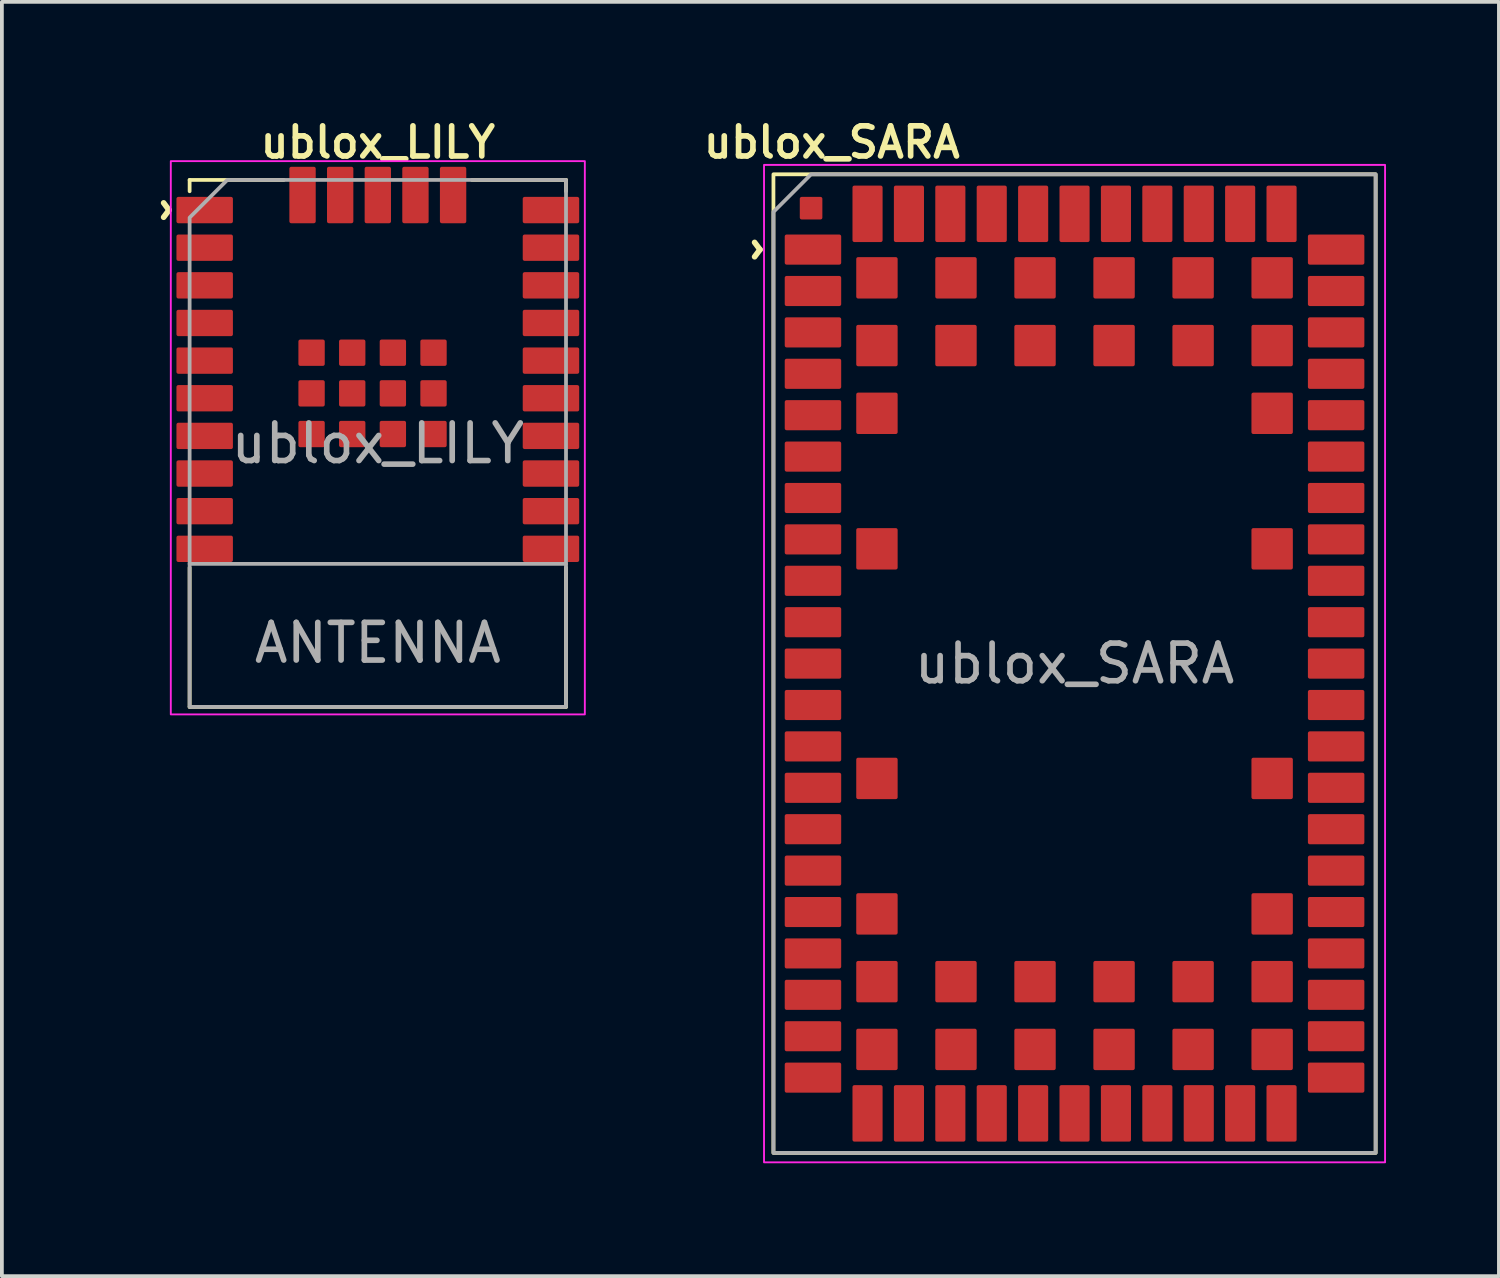
<source format=kicad_pcb>
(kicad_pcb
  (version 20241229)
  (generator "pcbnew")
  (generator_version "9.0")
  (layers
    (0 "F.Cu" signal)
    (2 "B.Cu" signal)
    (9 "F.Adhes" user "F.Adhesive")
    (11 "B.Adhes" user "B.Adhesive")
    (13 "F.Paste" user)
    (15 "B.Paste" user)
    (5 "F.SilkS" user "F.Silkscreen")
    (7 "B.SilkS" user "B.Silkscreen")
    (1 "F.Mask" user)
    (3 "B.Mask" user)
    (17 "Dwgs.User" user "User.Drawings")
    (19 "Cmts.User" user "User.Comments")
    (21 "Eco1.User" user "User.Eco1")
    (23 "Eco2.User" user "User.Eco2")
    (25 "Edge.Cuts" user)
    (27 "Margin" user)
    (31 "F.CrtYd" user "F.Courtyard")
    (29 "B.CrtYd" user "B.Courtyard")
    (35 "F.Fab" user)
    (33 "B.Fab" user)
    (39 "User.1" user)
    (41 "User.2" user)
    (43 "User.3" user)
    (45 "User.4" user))
  (footprint "ublox_SARA"
    (layer "F.Cu")
    (at 25.499 14.581)
    (property "Reference" "ublox_SARA" (at -6.45 -13.85 0) (layer "F.SilkS") (effects (font (size 0.8 0.8) (thickness 0.15))))
    (attr smd)
    (fp_rect (start -8 -13) (end 8 13) (stroke (width 0.1) (type solid)) (fill no) (layer "F.SilkS"))
    (fp_rect (start -8.25 -13.25) (end 8.25 13.25) (stroke (width 0.05) (type solid)) (fill no) (layer "F.CrtYd"))
    (fp_poly (pts (xy -7 -13) (xy -8 -12) (xy -8 13) (xy 8 13) (xy 8 -13)) (stroke (width 0.1) (type solid)) (fill no) (layer "F.Fab"))
    (fp_text user "^" (at -8.95 -11 270) (unlocked yes) (layer "F.SilkS") (effects (font (size 1 1) (thickness 0.15))))
    (fp_text user "${REFERENCE}" (at 0 0 0) (layer "F.Fab") (effects (font (size 1 1) (thickness 0.15))))
    (pad "" smd roundrect (at -7 -12.1 270) (size 0.6 0.6) (layers "F.Cu" "F.Mask" "F.Paste") (roundrect_rratio 0.083))
    (pad "1" smd roundrect (at -6.95 -11) (size 1.5 0.8) (layers "F.Cu" "F.Mask" "F.Paste") (roundrect_rratio 0.062))
    (pad "2" smd roundrect (at -6.95 -9.9) (size 1.5 0.8) (layers "F.Cu" "F.Mask" "F.Paste") (roundrect_rratio 0.062))
    (pad "3" smd roundrect (at -6.95 -8.8) (size 1.5 0.8) (layers "F.Cu" "F.Mask" "F.Paste") (roundrect_rratio 0.062))
    (pad "4" smd roundrect (at -6.95 -7.7) (size 1.5 0.8) (layers "F.Cu" "F.Mask" "F.Paste") (roundrect_rratio 0.062))
    (pad "5" smd roundrect (at -6.95 -6.6) (size 1.5 0.8) (layers "F.Cu" "F.Mask" "F.Paste") (roundrect_rratio 0.062))
    (pad "6" smd roundrect (at -6.95 -5.5) (size 1.5 0.8) (layers "F.Cu" "F.Mask" "F.Paste") (roundrect_rratio 0.062))
    (pad "7" smd roundrect (at -6.95 -4.4) (size 1.5 0.8) (layers "F.Cu" "F.Mask" "F.Paste") (roundrect_rratio 0.062))
    (pad "8" smd roundrect (at -6.95 -3.3) (size 1.5 0.8) (layers "F.Cu" "F.Mask" "F.Paste") (roundrect_rratio 0.062))
    (pad "9" smd roundrect (at -6.95 -2.2) (size 1.5 0.8) (layers "F.Cu" "F.Mask" "F.Paste") (roundrect_rratio 0.062))
    (pad "10" smd roundrect (at -6.95 -1.1) (size 1.5 0.8) (layers "F.Cu" "F.Mask" "F.Paste") (roundrect_rratio 0.062))
    (pad "11" smd roundrect (at -6.95 0) (size 1.5 0.8) (layers "F.Cu" "F.Mask" "F.Paste") (roundrect_rratio 0.062))
    (pad "12" smd roundrect (at -6.95 1.1) (size 1.5 0.8) (layers "F.Cu" "F.Mask" "F.Paste") (roundrect_rratio 0.062))
    (pad "13" smd roundrect (at -6.95 2.2) (size 1.5 0.8) (layers "F.Cu" "F.Mask" "F.Paste") (roundrect_rratio 0.062))
    (pad "14" smd roundrect (at -6.95 3.3) (size 1.5 0.8) (layers "F.Cu" "F.Mask" "F.Paste") (roundrect_rratio 0.062))
    (pad "15" smd roundrect (at -6.95 4.4) (size 1.5 0.8) (layers "F.Cu" "F.Mask" "F.Paste") (roundrect_rratio 0.062))
    (pad "16" smd roundrect (at -6.95 5.5) (size 1.5 0.8) (layers "F.Cu" "F.Mask" "F.Paste") (roundrect_rratio 0.062))
    (pad "17" smd roundrect (at -6.95 6.6) (size 1.5 0.8) (layers "F.Cu" "F.Mask" "F.Paste") (roundrect_rratio 0.062))
    (pad "18" smd roundrect (at -6.95 7.7) (size 1.5 0.8) (layers "F.Cu" "F.Mask" "F.Paste") (roundrect_rratio 0.062))
    (pad "19" smd roundrect (at -6.95 8.8) (size 1.5 0.8) (layers "F.Cu" "F.Mask" "F.Paste") (roundrect_rratio 0.062))
    (pad "20" smd roundrect (at -6.95 9.9) (size 1.5 0.8) (layers "F.Cu" "F.Mask" "F.Paste") (roundrect_rratio 0.062))
    (pad "21" smd roundrect (at -6.95 11) (size 1.5 0.8) (layers "F.Cu" "F.Mask" "F.Paste") (roundrect_rratio 0.062))
    (pad "22" smd roundrect (at -5.5 11.95 270) (size 1.5 0.8) (layers "F.Cu" "F.Mask" "F.Paste") (roundrect_rratio 0.062))
    (pad "23" smd roundrect (at -4.4 11.95 270) (size 1.5 0.8) (layers "F.Cu" "F.Mask" "F.Paste") (roundrect_rratio 0.062))
    (pad "24" smd roundrect (at -3.3 11.95 270) (size 1.5 0.8) (layers "F.Cu" "F.Mask" "F.Paste") (roundrect_rratio 0.062))
    (pad "25" smd roundrect (at -2.2 11.95 270) (size 1.5 0.8) (layers "F.Cu" "F.Mask" "F.Paste") (roundrect_rratio 0.062))
    (pad "26" smd roundrect (at -1.1 11.95 270) (size 1.5 0.8) (layers "F.Cu" "F.Mask" "F.Paste") (roundrect_rratio 0.062))
    (pad "27" smd roundrect (at 0 11.95 270) (size 1.5 0.8) (layers "F.Cu" "F.Mask" "F.Paste") (roundrect_rratio 0.062))
    (pad "28" smd roundrect (at 1.1 11.95 270) (size 1.5 0.8) (layers "F.Cu" "F.Mask" "F.Paste") (roundrect_rratio 0.062))
    (pad "29" smd roundrect (at 2.2 11.95 270) (size 1.5 0.8) (layers "F.Cu" "F.Mask" "F.Paste") (roundrect_rratio 0.062))
    (pad "30" smd roundrect (at 3.3 11.95 270) (size 1.5 0.8) (layers "F.Cu" "F.Mask" "F.Paste") (roundrect_rratio 0.062))
    (pad "31" smd roundrect (at 4.4 11.95 270) (size 1.5 0.8) (layers "F.Cu" "F.Mask" "F.Paste") (roundrect_rratio 0.062))
    (pad "32" smd roundrect (at 5.5 11.95 270) (size 1.5 0.8) (layers "F.Cu" "F.Mask" "F.Paste") (roundrect_rratio 0.062))
    (pad "33" smd roundrect (at 6.95 11) (size 1.5 0.8) (layers "F.Cu" "F.Mask" "F.Paste") (roundrect_rratio 0.062))
    (pad "34" smd roundrect (at 6.95 9.9) (size 1.5 0.8) (layers "F.Cu" "F.Mask" "F.Paste") (roundrect_rratio 0.062))
    (pad "35" smd roundrect (at 6.95 8.8) (size 1.5 0.8) (layers "F.Cu" "F.Mask" "F.Paste") (roundrect_rratio 0.062))
    (pad "36" smd roundrect (at 6.95 7.7) (size 1.5 0.8) (layers "F.Cu" "F.Mask" "F.Paste") (roundrect_rratio 0.062))
    (pad "37" smd roundrect (at 6.95 6.6) (size 1.5 0.8) (layers "F.Cu" "F.Mask" "F.Paste") (roundrect_rratio 0.062))
    (pad "38" smd roundrect (at 6.95 5.5) (size 1.5 0.8) (layers "F.Cu" "F.Mask" "F.Paste") (roundrect_rratio 0.062))
    (pad "39" smd roundrect (at 6.95 4.4) (size 1.5 0.8) (layers "F.Cu" "F.Mask" "F.Paste") (roundrect_rratio 0.062))
    (pad "40" smd roundrect (at 6.95 3.3) (size 1.5 0.8) (layers "F.Cu" "F.Mask" "F.Paste") (roundrect_rratio 0.062))
    (pad "41" smd roundrect (at 6.95 2.2) (size 1.5 0.8) (layers "F.Cu" "F.Mask" "F.Paste") (roundrect_rratio 0.062))
    (pad "42" smd roundrect (at 6.95 1.1) (size 1.5 0.8) (layers "F.Cu" "F.Mask" "F.Paste") (roundrect_rratio 0.062))
    (pad "43" smd roundrect (at 6.95 0) (size 1.5 0.8) (layers "F.Cu" "F.Mask" "F.Paste") (roundrect_rratio 0.062))
    (pad "44" smd roundrect (at 6.95 -1.1) (size 1.5 0.8) (layers "F.Cu" "F.Mask" "F.Paste") (roundrect_rratio 0.062))
    (pad "45" smd roundrect (at 6.95 -2.2) (size 1.5 0.8) (layers "F.Cu" "F.Mask" "F.Paste") (roundrect_rratio 0.062))
    (pad "46" smd roundrect (at 6.95 -3.3) (size 1.5 0.8) (layers "F.Cu" "F.Mask" "F.Paste") (roundrect_rratio 0.062))
    (pad "47" smd roundrect (at 6.95 -4.4) (size 1.5 0.8) (layers "F.Cu" "F.Mask" "F.Paste") (roundrect_rratio 0.062))
    (pad "48" smd roundrect (at 6.95 -5.5) (size 1.5 0.8) (layers "F.Cu" "F.Mask" "F.Paste") (roundrect_rratio 0.062))
    (pad "49" smd roundrect (at 6.95 -6.6) (size 1.5 0.8) (layers "F.Cu" "F.Mask" "F.Paste") (roundrect_rratio 0.062))
    (pad "50" smd roundrect (at 6.95 -7.7) (size 1.5 0.8) (layers "F.Cu" "F.Mask" "F.Paste") (roundrect_rratio 0.062))
    (pad "51" smd roundrect (at 6.95 -8.8) (size 1.5 0.8) (layers "F.Cu" "F.Mask" "F.Paste") (roundrect_rratio 0.062))
    (pad "52" smd roundrect (at 6.95 -9.9) (size 1.5 0.8) (layers "F.Cu" "F.Mask" "F.Paste") (roundrect_rratio 0.062))
    (pad "53" smd roundrect (at 6.95 -11) (size 1.5 0.8) (layers "F.Cu" "F.Mask" "F.Paste") (roundrect_rratio 0.062))
    (pad "54" smd roundrect (at 5.5 -11.95 270) (size 1.5 0.8) (layers "F.Cu" "F.Mask" "F.Paste") (roundrect_rratio 0.062))
    (pad "55" smd roundrect (at 4.4 -11.95 270) (size 1.5 0.8) (layers "F.Cu" "F.Mask" "F.Paste") (roundrect_rratio 0.062))
    (pad "56" smd roundrect (at 3.3 -11.95 270) (size 1.5 0.8) (layers "F.Cu" "F.Mask" "F.Paste") (roundrect_rratio 0.062))
    (pad "57" smd roundrect (at 2.2 -11.95 270) (size 1.5 0.8) (layers "F.Cu" "F.Mask" "F.Paste") (roundrect_rratio 0.062))
    (pad "58" smd roundrect (at 1.1 -11.95 270) (size 1.5 0.8) (layers "F.Cu" "F.Mask" "F.Paste") (roundrect_rratio 0.062))
    (pad "59" smd roundrect (at 0 -11.95 270) (size 1.5 0.8) (layers "F.Cu" "F.Mask" "F.Paste") (roundrect_rratio 0.062))
    (pad "60" smd roundrect (at -1.1 -11.95 270) (size 1.5 0.8) (layers "F.Cu" "F.Mask" "F.Paste") (roundrect_rratio 0.062))
    (pad "61" smd roundrect (at -2.2 -11.95 270) (size 1.5 0.8) (layers "F.Cu" "F.Mask" "F.Paste") (roundrect_rratio 0.062))
    (pad "62" smd roundrect (at -3.3 -11.95 270) (size 1.5 0.8) (layers "F.Cu" "F.Mask" "F.Paste") (roundrect_rratio 0.062))
    (pad "63" smd roundrect (at -4.4 -11.95 270) (size 1.5 0.8) (layers "F.Cu" "F.Mask" "F.Paste") (roundrect_rratio 0.062))
    (pad "64" smd roundrect (at -5.5 -11.95 270) (size 1.5 0.8) (layers "F.Cu" "F.Mask" "F.Paste") (roundrect_rratio 0.062))
    (pad "65" smd roundrect (at -5.25 -10.25 270) (size 1.1 1.1) (layers "F.Cu" "F.Mask" "F.Paste") (roundrect_rratio 0.045))
    (pad "66" smd roundrect (at -3.15 -10.25 270) (size 1.1 1.1) (layers "F.Cu" "F.Mask" "F.Paste") (roundrect_rratio 0.045))
    (pad "67" smd roundrect (at -1.05 -10.25 270) (size 1.1 1.1) (layers "F.Cu" "F.Mask" "F.Paste") (roundrect_rratio 0.045))
    (pad "68" smd roundrect (at 1.05 -10.25 270) (size 1.1 1.1) (layers "F.Cu" "F.Mask" "F.Paste") (roundrect_rratio 0.045))
    (pad "69" smd roundrect (at 3.15 -10.25 270) (size 1.1 1.1) (layers "F.Cu" "F.Mask" "F.Paste") (roundrect_rratio 0.045))
    (pad "70" smd roundrect (at 5.25 -10.25 270) (size 1.1 1.1) (layers "F.Cu" "F.Mask" "F.Paste") (roundrect_rratio 0.045))
    (pad "71" smd roundrect (at -5.25 -8.45 270) (size 1.1 1.1) (layers "F.Cu" "F.Mask" "F.Paste") (roundrect_rratio 0.045))
    (pad "72" smd roundrect (at -3.15 -8.45 270) (size 1.1 1.1) (layers "F.Cu" "F.Mask" "F.Paste") (roundrect_rratio 0.045))
    (pad "73" smd roundrect (at -1.05 -8.45 270) (size 1.1 1.1) (layers "F.Cu" "F.Mask" "F.Paste") (roundrect_rratio 0.045))
    (pad "74" smd roundrect (at 1.05 -8.45 270) (size 1.1 1.1) (layers "F.Cu" "F.Mask" "F.Paste") (roundrect_rratio 0.045))
    (pad "75" smd roundrect (at 3.15 -8.45 270) (size 1.1 1.1) (layers "F.Cu" "F.Mask" "F.Paste") (roundrect_rratio 0.045))
    (pad "76" smd roundrect (at 5.25 -8.45 270) (size 1.1 1.1) (layers "F.Cu" "F.Mask" "F.Paste") (roundrect_rratio 0.045))
    (pad "77" smd roundrect (at -5.25 -6.65 270) (size 1.1 1.1) (layers "F.Cu" "F.Mask" "F.Paste") (roundrect_rratio 0.045))
    (pad "78" smd roundrect (at 5.25 -6.65 270) (size 1.1 1.1) (layers "F.Cu" "F.Mask" "F.Paste") (roundrect_rratio 0.045))
    (pad "79" smd roundrect (at -5.25 -3.05 270) (size 1.1 1.1) (layers "F.Cu" "F.Mask" "F.Paste") (roundrect_rratio 0.045))
    (pad "80" smd roundrect (at 5.25 -3.05 270) (size 1.1 1.1) (layers "F.Cu" "F.Mask" "F.Paste") (roundrect_rratio 0.045))
    (pad "81" smd roundrect (at -5.25 3.05 270) (size 1.1 1.1) (layers "F.Cu" "F.Mask" "F.Paste") (roundrect_rratio 0.045))
    (pad "82" smd roundrect (at 5.25 3.05 270) (size 1.1 1.1) (layers "F.Cu" "F.Mask" "F.Paste") (roundrect_rratio 0.045))
    (pad "83" smd roundrect (at -5.25 6.65 270) (size 1.1 1.1) (layers "F.Cu" "F.Mask" "F.Paste") (roundrect_rratio 0.045))
    (pad "84" smd roundrect (at 5.25 6.65 270) (size 1.1 1.1) (layers "F.Cu" "F.Mask" "F.Paste") (roundrect_rratio 0.045))
    (pad "85" smd roundrect (at -5.25 8.45 270) (size 1.1 1.1) (layers "F.Cu" "F.Mask" "F.Paste") (roundrect_rratio 0.045))
    (pad "86" smd roundrect (at -3.15 8.45 270) (size 1.1 1.1) (layers "F.Cu" "F.Mask" "F.Paste") (roundrect_rratio 0.045))
    (pad "87" smd roundrect (at -1.05 8.45 270) (size 1.1 1.1) (layers "F.Cu" "F.Mask" "F.Paste") (roundrect_rratio 0.045))
    (pad "88" smd roundrect (at 1.05 8.45 270) (size 1.1 1.1) (layers "F.Cu" "F.Mask" "F.Paste") (roundrect_rratio 0.045))
    (pad "89" smd roundrect (at 3.15 8.45 270) (size 1.1 1.1) (layers "F.Cu" "F.Mask" "F.Paste") (roundrect_rratio 0.045))
    (pad "90" smd roundrect (at 5.25 8.45 270) (size 1.1 1.1) (layers "F.Cu" "F.Mask" "F.Paste") (roundrect_rratio 0.045))
    (pad "91" smd roundrect (at -5.25 10.25 270) (size 1.1 1.1) (layers "F.Cu" "F.Mask" "F.Paste") (roundrect_rratio 0.045))
    (pad "92" smd roundrect (at -3.15 10.25 270) (size 1.1 1.1) (layers "F.Cu" "F.Mask" "F.Paste") (roundrect_rratio 0.045))
    (pad "93" smd roundrect (at -1.05 10.25 270) (size 1.1 1.1) (layers "F.Cu" "F.Mask" "F.Paste") (roundrect_rratio 0.045))
    (pad "94" smd roundrect (at 1.05 10.25 270) (size 1.1 1.1) (layers "F.Cu" "F.Mask" "F.Paste") (roundrect_rratio 0.045))
    (pad "95" smd roundrect (at 3.15 10.25 270) (size 1.1 1.1) (layers "F.Cu" "F.Mask" "F.Paste") (roundrect_rratio 0.045))
    (pad "96" smd roundrect (at 5.25 10.25 270) (size 1.1 1.1) (layers "F.Cu" "F.Mask" "F.Paste") (roundrect_rratio 0.045)))
  (footprint "ublox_LILY"
    (layer "F.Cu")
    (at 6.988 8.731)
    (property "Reference" "ublox_LILY" (at 0 -8 0) (layer "F.SilkS") (effects (font (size 0.8 0.8) (thickness 0.15))))
    (attr smd)
    (fp_line (start -5 -7) (end -5 -6.7) (stroke (width 0.1) (type solid)) (layer "F.SilkS"))
    (fp_line (start -5 -7) (end -2.5 -7) (stroke (width 0.1) (type solid)) (layer "F.SilkS"))
    (fp_line (start -5 7) (end -5 3.3) (stroke (width 0.1) (type solid)) (layer "F.SilkS"))
    (fp_line (start -5 7) (end 5 7) (stroke (width 0.1) (type solid)) (layer "F.SilkS"))
    (fp_line (start 5 -7) (end 2.5 -7) (stroke (width 0.1) (type solid)) (layer "F.SilkS"))
    (fp_line (start 5 -7) (end 5 -6.7) (stroke (width 0.1) (type solid)) (layer "F.SilkS"))
    (fp_line (start 5 7) (end 5 3.3) (stroke (width 0.1) (type solid)) (layer "F.SilkS"))
    (fp_rect (start -5.5 -7.5) (end 5.5 7.2) (stroke (width 0.05) (type solid)) (fill no) (layer "F.CrtYd"))
    (fp_line (start 5 3.2) (end -5 3.2) (stroke (width 0.1) (type solid)) (layer "F.Fab"))
    (fp_poly (pts (xy -4 -7) (xy -5 -6) (xy -5 7) (xy 5 7) (xy 5 -7)) (stroke (width 0.1) (type solid)) (fill no) (layer "F.Fab"))
    (fp_text user "^" (at -6.14 -6.2 270) (unlocked yes) (layer "F.SilkS") (effects (font (size 1 1) (thickness 0.15))))
    (fp_text user "ANTENNA" (at 0 5.3 0) (unlocked yes) (layer "F.Fab") (effects (font (size 1 1) (thickness 0.15))))
    (fp_text user "${REFERENCE}" (at 0 0 0) (layer "F.Fab") (effects (font (size 1 1) (thickness 0.15))))
    (pad "1" smd roundrect (at -4.6 -6.2) (size 1.5 0.7) (layers "F.Cu" "F.Mask" "F.Paste") (roundrect_rratio 0.071))
    (pad "2" smd roundrect (at -4.6 -5.2) (size 1.5 0.7) (layers "F.Cu" "F.Mask" "F.Paste") (roundrect_rratio 0.071))
    (pad "3" smd roundrect (at -4.6 -4.2) (size 1.5 0.7) (layers "F.Cu" "F.Mask" "F.Paste") (roundrect_rratio 0.071))
    (pad "4" smd roundrect (at -4.6 -3.2) (size 1.5 0.7) (layers "F.Cu" "F.Mask" "F.Paste") (roundrect_rratio 0.071))
    (pad "5" smd roundrect (at -4.6 -2.2) (size 1.5 0.7) (layers "F.Cu" "F.Mask" "F.Paste") (roundrect_rratio 0.071))
    (pad "6" smd roundrect (at -4.6 -1.2) (size 1.5 0.7) (layers "F.Cu" "F.Mask" "F.Paste") (roundrect_rratio 0.071))
    (pad "7" smd roundrect (at -4.6 -0.2) (size 1.5 0.7) (layers "F.Cu" "F.Mask" "F.Paste") (roundrect_rratio 0.071))
    (pad "8" smd roundrect (at -4.6 0.8) (size 1.5 0.7) (layers "F.Cu" "F.Mask" "F.Paste") (roundrect_rratio 0.071))
    (pad "9" smd roundrect (at -4.6 1.8) (size 1.5 0.7) (layers "F.Cu" "F.Mask" "F.Paste") (roundrect_rratio 0.071))
    (pad "10" smd roundrect (at -4.6 2.8) (size 1.5 0.7) (layers "F.Cu" "F.Mask" "F.Paste") (roundrect_rratio 0.071))
    (pad "11" smd roundrect (at 4.6 2.8) (size 1.5 0.7) (layers "F.Cu" "F.Mask" "F.Paste") (roundrect_rratio 0.071))
    (pad "12" smd roundrect (at 4.6 1.8) (size 1.5 0.7) (layers "F.Cu" "F.Mask" "F.Paste") (roundrect_rratio 0.071))
    (pad "13" smd roundrect (at 4.6 0.8) (size 1.5 0.7) (layers "F.Cu" "F.Mask" "F.Paste") (roundrect_rratio 0.071))
    (pad "14" smd roundrect (at 4.6 -0.2) (size 1.5 0.7) (layers "F.Cu" "F.Mask" "F.Paste") (roundrect_rratio 0.071))
    (pad "15" smd roundrect (at 4.6 -1.2) (size 1.5 0.7) (layers "F.Cu" "F.Mask" "F.Paste") (roundrect_rratio 0.071))
    (pad "16" smd roundrect (at 4.6 -2.2) (size 1.5 0.7) (layers "F.Cu" "F.Mask" "F.Paste") (roundrect_rratio 0.071))
    (pad "17" smd roundrect (at 4.6 -3.2) (size 1.5 0.7) (layers "F.Cu" "F.Mask" "F.Paste") (roundrect_rratio 0.071))
    (pad "18" smd roundrect (at 4.6 -4.2) (size 1.5 0.7) (layers "F.Cu" "F.Mask" "F.Paste") (roundrect_rratio 0.071))
    (pad "19" smd roundrect (at 4.6 -5.2) (size 1.5 0.7) (layers "F.Cu" "F.Mask" "F.Paste") (roundrect_rratio 0.071))
    (pad "20" smd roundrect (at 4.6 -6.2) (size 1.5 0.7) (layers "F.Cu" "F.Mask" "F.Paste") (roundrect_rratio 0.071))
    (pad "21" smd roundrect (at 2 -6.6 90) (size 1.5 0.7) (layers "F.Cu" "F.Mask" "F.Paste") (roundrect_rratio 0.071))
    (pad "22" smd roundrect (at 1 -6.6 90) (size 1.5 0.7) (layers "F.Cu" "F.Mask" "F.Paste") (roundrect_rratio 0.071))
    (pad "23" smd roundrect (at 0 -6.6 90) (size 1.5 0.7) (layers "F.Cu" "F.Mask" "F.Paste") (roundrect_rratio 0.071))
    (pad "24" smd roundrect (at -1 -6.6 90) (size 1.5 0.7) (layers "F.Cu" "F.Mask" "F.Paste") (roundrect_rratio 0.071))
    (pad "25" smd roundrect (at -2 -6.6 90) (size 1.5 0.7) (layers "F.Cu" "F.Mask" "F.Paste") (roundrect_rratio 0.071))
    (pad "26" smd roundrect (at -1.76 -2.41 90) (size 0.7 0.7) (layers "F.Cu" "F.Mask" "F.Paste") (roundrect_rratio 0.071))
    (pad "27" smd roundrect (at -1.76 -1.33 90) (size 0.7 0.7) (layers "F.Cu" "F.Mask" "F.Paste") (roundrect_rratio 0.071))
    (pad "28" smd roundrect (at -1.76 -0.25 90) (size 0.7 0.7) (layers "F.Cu" "F.Mask" "F.Paste") (roundrect_rratio 0.071))
    (pad "29" smd roundrect (at -0.68 -2.41 90) (size 0.7 0.7) (layers "F.Cu" "F.Mask" "F.Paste") (roundrect_rratio 0.071))
    (pad "30" smd roundrect (at -0.68 -1.33 90) (size 0.7 0.7) (layers "F.Cu" "F.Mask" "F.Paste") (roundrect_rratio 0.071))
    (pad "31" smd roundrect (at -0.68 -0.25 90) (size 0.7 0.7) (layers "F.Cu" "F.Mask" "F.Paste") (roundrect_rratio 0.071))
    (pad "32" smd roundrect (at 0.4 -2.41 90) (size 0.7 0.7) (layers "F.Cu" "F.Mask" "F.Paste") (roundrect_rratio 0.071))
    (pad "33" smd roundrect (at 0.4 -1.33 90) (size 0.7 0.7) (layers "F.Cu" "F.Mask" "F.Paste") (roundrect_rratio 0.071))
    (pad "34" smd roundrect (at 0.4 -0.25 90) (size 0.7 0.7) (layers "F.Cu" "F.Mask" "F.Paste") (roundrect_rratio 0.071))
    (pad "35" smd roundrect (at 1.48 -2.41 90) (size 0.7 0.7) (layers "F.Cu" "F.Mask" "F.Paste") (roundrect_rratio 0.071))
    (pad "36" smd roundrect (at 1.48 -1.33 90) (size 0.7 0.7) (layers "F.Cu" "F.Mask" "F.Paste") (roundrect_rratio 0.071))
    (pad "37" smd roundrect (at 1.48 -0.25 90) (size 0.7 0.7) (layers "F.Cu" "F.Mask" "F.Paste") (roundrect_rratio 0.071)))
  (gr_rect
    (start -3 -3)
    (end 36.774 30.856)
    (stroke (width 0.1) (type default))
    (fill no)
    (layer "Edge.Cuts")))
</source>
